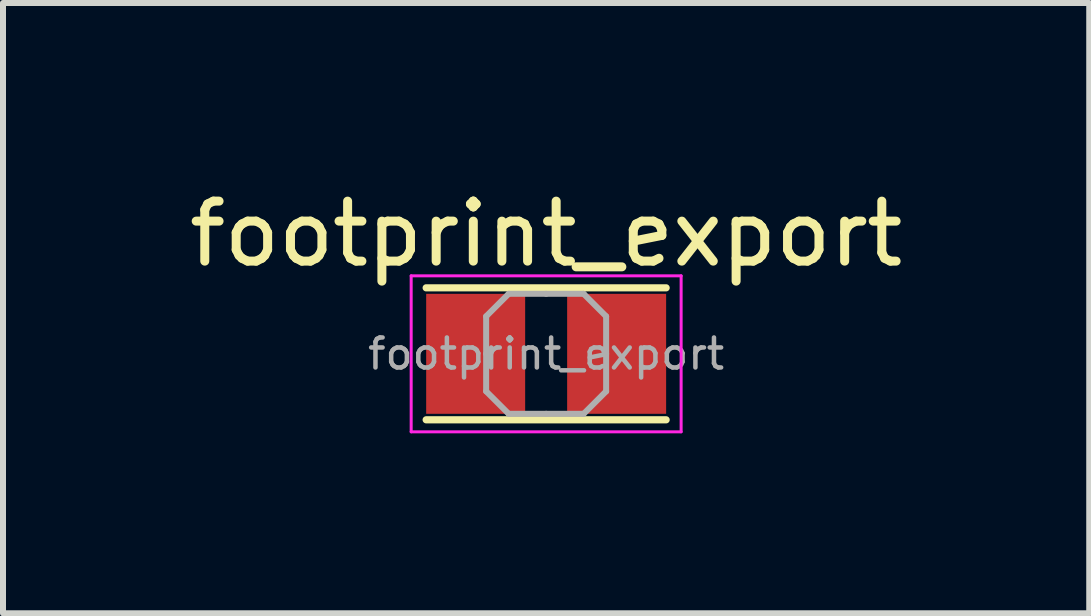
<source format=kicad_pcb>
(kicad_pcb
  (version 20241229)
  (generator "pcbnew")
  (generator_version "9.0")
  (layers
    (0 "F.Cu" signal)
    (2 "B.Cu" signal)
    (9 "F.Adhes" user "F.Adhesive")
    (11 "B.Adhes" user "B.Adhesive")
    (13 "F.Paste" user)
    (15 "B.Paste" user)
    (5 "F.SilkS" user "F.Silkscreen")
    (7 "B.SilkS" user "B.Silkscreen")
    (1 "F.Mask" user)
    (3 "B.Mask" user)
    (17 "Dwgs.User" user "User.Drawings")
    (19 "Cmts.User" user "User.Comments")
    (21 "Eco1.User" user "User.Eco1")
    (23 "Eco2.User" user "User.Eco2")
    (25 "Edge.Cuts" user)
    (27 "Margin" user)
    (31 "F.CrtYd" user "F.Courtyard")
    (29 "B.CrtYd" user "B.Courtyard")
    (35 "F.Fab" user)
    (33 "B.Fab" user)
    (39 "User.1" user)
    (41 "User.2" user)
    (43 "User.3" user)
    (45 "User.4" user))
  (footprint "footprint_export"
    (layer "F.Cu")
    (at 6.054 2.848)
    (property "Reference" "footprint_export" (at 0 -2 0) (layer "F.SilkS") (effects (font (size 1 1) (thickness 0.15))))
    (attr smd)
    (fp_line (start -2 -1.1) (end 2 -1.1) (stroke (width 0.12) (type solid)) (layer "F.SilkS"))
    (fp_line (start -2 1.1) (end 2 1.1) (stroke (width 0.12) (type solid)) (layer "F.SilkS"))
    (fp_line (start -2.25 -1.3) (end -2.25 1.3) (stroke (width 0.05) (type solid)) (layer "F.CrtYd"))
    (fp_line (start -2.25 1.3) (end 2.25 1.3) (stroke (width 0.05) (type solid)) (layer "F.CrtYd"))
    (fp_line (start 2.25 -1.3) (end -2.25 -1.3) (stroke (width 0.05) (type solid)) (layer "F.CrtYd"))
    (fp_line (start 2.25 1.3) (end 2.25 -1.3) (stroke (width 0.05) (type solid)) (layer "F.CrtYd"))
    (fp_line (start -1 -0.625) (end -0.625 -1) (stroke (width 0.1) (type solid)) (layer "F.Fab"))
    (fp_line (start -1 0) (end -1 -0.625) (stroke (width 0.1) (type solid)) (layer "F.Fab"))
    (fp_line (start -1 0) (end -1 0.625) (stroke (width 0.1) (type solid)) (layer "F.Fab"))
    (fp_line (start -1 0.625) (end -0.625 1) (stroke (width 0.1) (type solid)) (layer "F.Fab"))
    (fp_line (start -0.625 -1) (end 0 -1) (stroke (width 0.1) (type solid)) (layer "F.Fab"))
    (fp_line (start -0.625 1) (end 0 1) (stroke (width 0.1) (type solid)) (layer "F.Fab"))
    (fp_line (start 0.625 -1) (end 0 -1) (stroke (width 0.1) (type solid)) (layer "F.Fab"))
    (fp_line (start 0.625 1) (end 0 1) (stroke (width 0.1) (type solid)) (layer "F.Fab"))
    (fp_line (start 1 -0.625) (end 0.625 -1) (stroke (width 0.1) (type solid)) (layer "F.Fab"))
    (fp_line (start 1 0) (end 1 -0.625) (stroke (width 0.1) (type solid)) (layer "F.Fab"))
    (fp_line (start 1 0) (end 1 0.625) (stroke (width 0.1) (type solid)) (layer "F.Fab"))
    (fp_line (start 1 0.625) (end 0.625 1) (stroke (width 0.1) (type solid)) (layer "F.Fab"))
    (fp_text user "${REFERENCE}" (at 0 0 0) (layer "F.Fab") (effects (font (size 0.5 0.5) (thickness 0.075))))
    (pad "1" smd rect (at -1.175 0) (size 1.65 2) (layers "F.Cu" "F.Mask" "F.Paste"))
    (pad "2" smd rect (at 1.175 0) (size 1.65 2) (layers "F.Cu" "F.Mask" "F.Paste")))
  (gr_rect
    (start -3 -3)
    (end 15.107 7.173)
    (stroke (width 0.1) (type default))
    (fill no)
    (layer "Edge.Cuts")))
</source>
